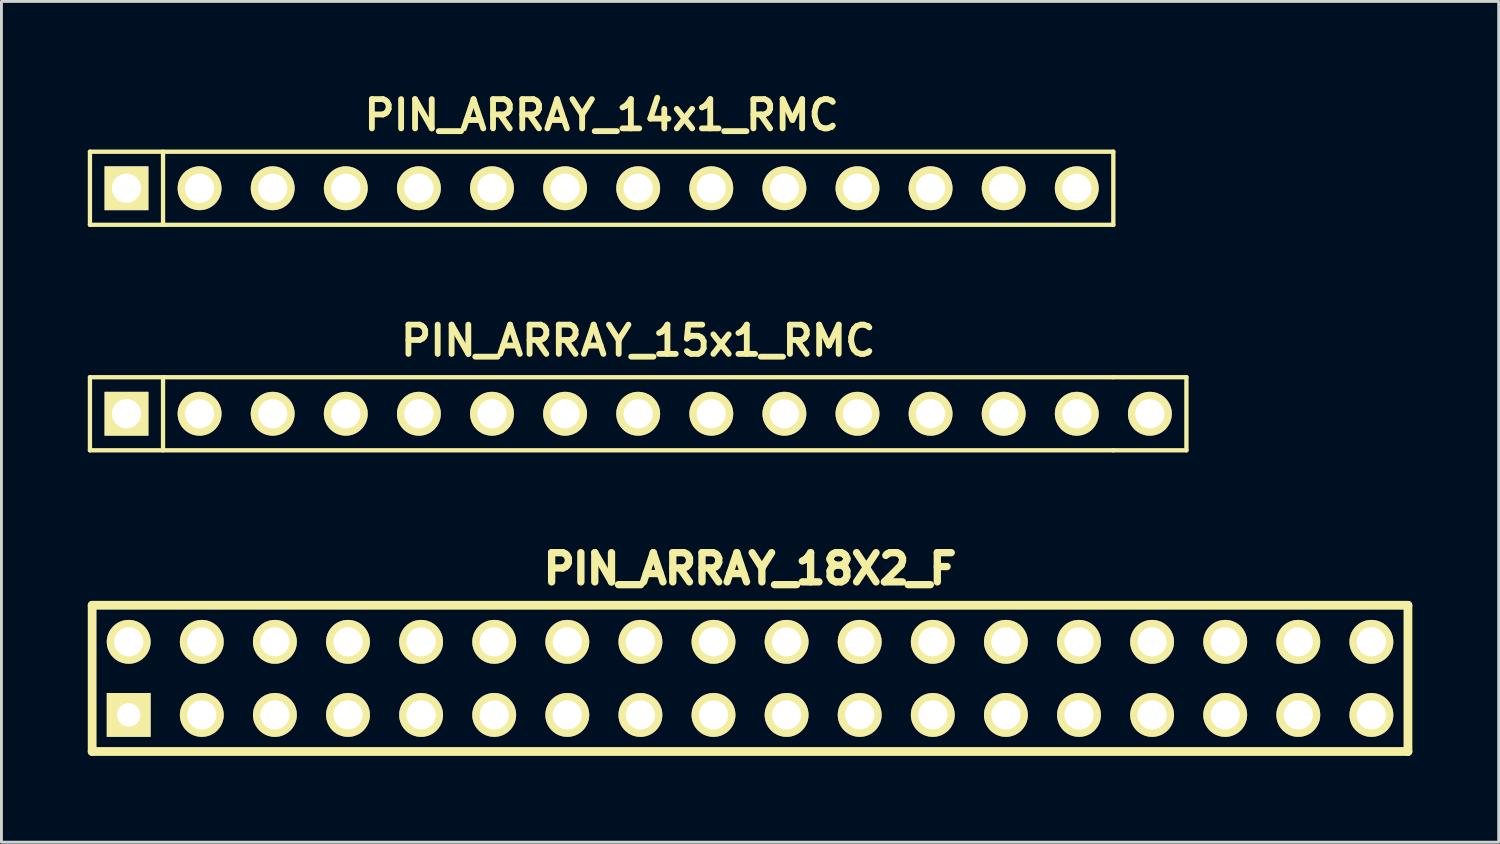
<source format=kicad_pcb>
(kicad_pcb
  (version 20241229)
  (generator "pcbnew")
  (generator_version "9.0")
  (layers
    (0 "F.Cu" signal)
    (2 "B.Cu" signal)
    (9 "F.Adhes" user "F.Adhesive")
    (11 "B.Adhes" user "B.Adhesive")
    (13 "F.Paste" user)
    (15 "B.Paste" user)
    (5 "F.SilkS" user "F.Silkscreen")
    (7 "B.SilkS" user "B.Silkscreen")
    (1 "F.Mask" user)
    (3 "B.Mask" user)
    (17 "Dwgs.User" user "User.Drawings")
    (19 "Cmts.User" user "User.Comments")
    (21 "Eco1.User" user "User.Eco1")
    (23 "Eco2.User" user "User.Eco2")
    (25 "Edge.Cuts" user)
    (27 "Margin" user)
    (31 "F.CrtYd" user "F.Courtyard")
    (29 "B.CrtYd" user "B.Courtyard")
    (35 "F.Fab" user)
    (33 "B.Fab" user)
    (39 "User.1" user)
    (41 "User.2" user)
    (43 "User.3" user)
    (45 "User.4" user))
  (footprint "PIN_ARRAY_15x1_RMC"
    (layer "F.Cu")
    (at 19.125 11.327)
    (property "Reference" "PIN_ARRAY_15x1_RMC" (at 0 -2.54 0) (layer "F.SilkS") (effects (font (size 1.016 1.016) (thickness 0.203))))
    (attr through_hole)
    (fp_line (start -19.05 -1.27) (end -19.05 1.27) (stroke (width 0.15) (type solid)) (layer "F.SilkS"))
    (fp_line (start -19.05 1.27) (end 16.51 1.27) (stroke (width 0.15) (type solid)) (layer "F.SilkS"))
    (fp_line (start -16.51 -1.27) (end -16.51 1.27) (stroke (width 0.15) (type solid)) (layer "F.SilkS"))
    (fp_line (start 16.51 -1.27) (end -19.05 -1.27) (stroke (width 0.15) (type solid)) (layer "F.SilkS"))
    (fp_line (start 16.51 1.27) (end 19.05 1.27) (stroke (width 0.15) (type solid)) (layer "F.SilkS"))
    (fp_line (start 19.05 -1.27) (end 16.51 -1.27) (stroke (width 0.15) (type solid)) (layer "F.SilkS"))
    (fp_line (start 19.05 1.27) (end 19.05 -1.27) (stroke (width 0.15) (type solid)) (layer "F.SilkS"))
    (pad "1" thru_hole rect (at -17.78 0) (size 1.524 1.524) (drill 1.016) (layers "*.Cu" "*.Mask" "F.SilkS"))
    (pad "2" thru_hole circle (at -15.24 0) (size 1.524 1.524) (drill 1.016) (layers "*.Cu" "*.Mask" "F.SilkS"))
    (pad "3" thru_hole circle (at -12.7 0) (size 1.524 1.524) (drill 1.016) (layers "*.Cu" "*.Mask" "F.SilkS"))
    (pad "4" thru_hole circle (at -10.16 0) (size 1.524 1.524) (drill 1.016) (layers "*.Cu" "*.Mask" "F.SilkS"))
    (pad "5" thru_hole circle (at -7.62 0) (size 1.524 1.524) (drill 1.016) (layers "*.Cu" "*.Mask" "F.SilkS"))
    (pad "6" thru_hole circle (at -5.08 0) (size 1.524 1.524) (drill 1.016) (layers "*.Cu" "*.Mask" "F.SilkS"))
    (pad "7" thru_hole circle (at -2.54 0) (size 1.524 1.524) (drill 1.016) (layers "*.Cu" "*.Mask" "F.SilkS"))
    (pad "8" thru_hole circle (at 0 0) (size 1.524 1.524) (drill 1.016) (layers "*.Cu" "*.Mask" "F.SilkS"))
    (pad "9" thru_hole circle (at 2.54 0) (size 1.524 1.524) (drill 1.016) (layers "*.Cu" "*.Mask" "F.SilkS"))
    (pad "10" thru_hole circle (at 5.08 0) (size 1.524 1.524) (drill 1.016) (layers "*.Cu" "*.Mask" "F.SilkS"))
    (pad "11" thru_hole circle (at 7.62 0) (size 1.524 1.524) (drill 1.016) (layers "*.Cu" "*.Mask" "F.SilkS"))
    (pad "12" thru_hole circle (at 10.16 0) (size 1.524 1.524) (drill 1.016) (layers "*.Cu" "*.Mask" "F.SilkS"))
    (pad "13" thru_hole circle (at 12.7 0) (size 1.524 1.524) (drill 1.016) (layers "*.Cu" "*.Mask" "F.SilkS"))
    (pad "14" thru_hole circle (at 15.24 0) (size 1.524 1.524) (drill 1.016) (layers "*.Cu" "*.Mask" "F.SilkS"))
    (pad "15" thru_hole circle (at 17.78 0) (size 1.524 1.524) (drill 1.016) (layers "*.Cu" "*.Mask" "F.SilkS")))
  (footprint "PIN_ARRAY_14x1_RMC"
    (layer "F.Cu")
    (at 17.855 3.491)
    (property "Reference" "PIN_ARRAY_14x1_RMC" (at 0 -2.54 0) (layer "F.SilkS") (effects (font (size 1.016 1.016) (thickness 0.203))))
    (attr through_hole)
    (fp_line (start -17.78 -1.27) (end -17.78 1.27) (stroke (width 0.15) (type solid)) (layer "F.SilkS"))
    (fp_line (start -17.78 1.27) (end 17.78 1.27) (stroke (width 0.15) (type solid)) (layer "F.SilkS"))
    (fp_line (start -15.24 -1.27) (end -15.24 1.27) (stroke (width 0.15) (type solid)) (layer "F.SilkS"))
    (fp_line (start 17.78 -1.27) (end -17.78 -1.27) (stroke (width 0.15) (type solid)) (layer "F.SilkS"))
    (fp_line (start 17.78 -1.27) (end 17.78 1.27) (stroke (width 0.15) (type solid)) (layer "F.SilkS"))
    (pad "1" thru_hole rect (at -16.51 0) (size 1.524 1.524) (drill 1.016) (layers "*.Cu" "*.Mask" "F.SilkS"))
    (pad "2" thru_hole circle (at -13.97 0) (size 1.524 1.524) (drill 1.016) (layers "*.Cu" "*.Mask" "F.SilkS"))
    (pad "3" thru_hole circle (at -11.43 0) (size 1.524 1.524) (drill 1.016) (layers "*.Cu" "*.Mask" "F.SilkS"))
    (pad "4" thru_hole circle (at -8.89 0) (size 1.524 1.524) (drill 1.016) (layers "*.Cu" "*.Mask" "F.SilkS"))
    (pad "5" thru_hole circle (at -6.35 0) (size 1.524 1.524) (drill 1.016) (layers "*.Cu" "*.Mask" "F.SilkS"))
    (pad "6" thru_hole circle (at -3.81 0) (size 1.524 1.524) (drill 1.016) (layers "*.Cu" "*.Mask" "F.SilkS"))
    (pad "7" thru_hole circle (at -1.27 0) (size 1.524 1.524) (drill 1.016) (layers "*.Cu" "*.Mask" "F.SilkS"))
    (pad "8" thru_hole circle (at 1.27 0) (size 1.524 1.524) (drill 1.016) (layers "*.Cu" "*.Mask" "F.SilkS"))
    (pad "9" thru_hole circle (at 3.81 0) (size 1.524 1.524) (drill 1.016) (layers "*.Cu" "*.Mask" "F.SilkS"))
    (pad "10" thru_hole circle (at 6.35 0) (size 1.524 1.524) (drill 1.016) (layers "*.Cu" "*.Mask" "F.SilkS"))
    (pad "11" thru_hole circle (at 8.89 0) (size 1.524 1.524) (drill 1.016) (layers "*.Cu" "*.Mask" "F.SilkS"))
    (pad "12" thru_hole circle (at 11.43 0) (size 1.524 1.524) (drill 1.016) (layers "*.Cu" "*.Mask" "F.SilkS"))
    (pad "13" thru_hole circle (at 13.97 0) (size 1.524 1.524) (drill 1.016) (layers "*.Cu" "*.Mask" "F.SilkS"))
    (pad "14" thru_hole circle (at 16.51 0) (size 1.524 1.524) (drill 1.016) (layers "*.Cu" "*.Mask" "F.SilkS")))
  (footprint "PIN_ARRAY_18X2_F"
    (layer "F.Cu")
    (at 23.012 20.522)
    (property "Reference" "PIN_ARRAY_18X2_F" (at 0 -3.81 0) (layer "F.SilkS") (effects (font (size 1.016 1.016) (thickness 0.254))))
    (attr through_hole)
    (fp_line (start -22.86 -2.54) (end -22.86 2.54) (stroke (width 0.305) (type solid)) (layer "F.SilkS"))
    (fp_line (start -22.86 -2.54) (end 22.86 -2.54) (stroke (width 0.305) (type solid)) (layer "F.SilkS"))
    (fp_line (start 22.86 -2.54) (end 22.86 2.54) (stroke (width 0.305) (type solid)) (layer "F.SilkS"))
    (fp_line (start 22.86 2.54) (end -22.86 2.54) (stroke (width 0.305) (type solid)) (layer "F.SilkS"))
    (pad "1" thru_hole rect (at -21.59 1.27) (size 1.524 1.524) (drill 0.813) (layers "*.Cu" "*.Mask" "F.SilkS"))
    (pad "2" thru_hole circle (at -21.59 -1.27) (size 1.524 1.524) (drill 1.016) (layers "*.Cu" "*.Mask" "F.SilkS"))
    (pad "3" thru_hole circle (at -19.05 1.27) (size 1.524 1.524) (drill 1.016) (layers "*.Cu" "*.Mask" "F.SilkS"))
    (pad "4" thru_hole circle (at -19.05 -1.27) (size 1.524 1.524) (drill 1.016) (layers "*.Cu" "*.Mask" "F.SilkS"))
    (pad "5" thru_hole circle (at -16.51 1.27) (size 1.524 1.524) (drill 1.016) (layers "*.Cu" "*.Mask" "F.SilkS"))
    (pad "6" thru_hole circle (at -16.51 -1.27) (size 1.524 1.524) (drill 1.016) (layers "*.Cu" "*.Mask" "F.SilkS"))
    (pad "7" thru_hole circle (at -13.97 1.27) (size 1.524 1.524) (drill 1.016) (layers "*.Cu" "*.Mask" "F.SilkS"))
    (pad "8" thru_hole circle (at -13.97 -1.27) (size 1.524 1.524) (drill 1.016) (layers "*.Cu" "*.Mask" "F.SilkS"))
    (pad "9" thru_hole circle (at -11.43 1.27) (size 1.524 1.524) (drill 1.016) (layers "*.Cu" "*.Mask" "F.SilkS"))
    (pad "10" thru_hole circle (at -11.43 -1.27) (size 1.524 1.524) (drill 1.016) (layers "*.Cu" "*.Mask" "F.SilkS"))
    (pad "11" thru_hole circle (at -8.89 1.27) (size 1.524 1.524) (drill 1.016) (layers "*.Cu" "*.Mask" "F.SilkS"))
    (pad "12" thru_hole circle (at -8.89 -1.27) (size 1.524 1.524) (drill 1.016) (layers "*.Cu" "*.Mask" "F.SilkS"))
    (pad "13" thru_hole circle (at -6.35 1.27) (size 1.524 1.524) (drill 1.016) (layers "*.Cu" "*.Mask" "F.SilkS"))
    (pad "14" thru_hole circle (at -6.35 -1.27) (size 1.524 1.524) (drill 1.016) (layers "*.Cu" "*.Mask" "F.SilkS"))
    (pad "15" thru_hole circle (at -3.81 1.27) (size 1.524 1.524) (drill 1.016) (layers "*.Cu" "*.Mask" "F.SilkS"))
    (pad "16" thru_hole circle (at -3.81 -1.27) (size 1.524 1.524) (drill 1.016) (layers "*.Cu" "*.Mask" "F.SilkS"))
    (pad "17" thru_hole circle (at -1.27 1.27) (size 1.524 1.524) (drill 1.016) (layers "*.Cu" "*.Mask" "F.SilkS"))
    (pad "18" thru_hole circle (at -1.27 -1.27) (size 1.524 1.524) (drill 1.016) (layers "*.Cu" "*.Mask" "F.SilkS"))
    (pad "19" thru_hole circle (at 1.27 1.27) (size 1.524 1.524) (drill 1.016) (layers "*.Cu" "*.Mask" "F.SilkS"))
    (pad "20" thru_hole circle (at 1.27 -1.27) (size 1.524 1.524) (drill 1.016) (layers "*.Cu" "*.Mask" "F.SilkS"))
    (pad "21" thru_hole circle (at 3.81 1.27) (size 1.524 1.524) (drill 1.016) (layers "*.Cu" "*.Mask" "F.SilkS"))
    (pad "22" thru_hole circle (at 3.81 -1.27) (size 1.524 1.524) (drill 1.016) (layers "*.Cu" "*.Mask" "F.SilkS"))
    (pad "23" thru_hole circle (at 6.35 1.27) (size 1.524 1.524) (drill 1.016) (layers "*.Cu" "*.Mask" "F.SilkS"))
    (pad "24" thru_hole circle (at 6.35 -1.27) (size 1.524 1.524) (drill 1.016) (layers "*.Cu" "*.Mask" "F.SilkS"))
    (pad "25" thru_hole circle (at 8.89 1.27) (size 1.524 1.524) (drill 1.016) (layers "*.Cu" "*.Mask" "F.SilkS"))
    (pad "26" thru_hole circle (at 8.89 -1.27) (size 1.524 1.524) (drill 1.016) (layers "*.Cu" "*.Mask" "F.SilkS"))
    (pad "27" thru_hole circle (at 11.43 1.27) (size 1.524 1.524) (drill 1.016) (layers "*.Cu" "*.Mask" "F.SilkS"))
    (pad "28" thru_hole circle (at 11.43 -1.27) (size 1.524 1.524) (drill 1.016) (layers "*.Cu" "*.Mask" "F.SilkS"))
    (pad "29" thru_hole circle (at 13.97 1.27) (size 1.524 1.524) (drill 1.016) (layers "*.Cu" "*.Mask" "F.SilkS"))
    (pad "30" thru_hole circle (at 13.97 -1.27) (size 1.524 1.524) (drill 1.016) (layers "*.Cu" "*.Mask" "F.SilkS"))
    (pad "31" thru_hole circle (at 16.51 1.27) (size 1.524 1.524) (drill 1.016) (layers "*.Cu" "*.Mask" "F.SilkS"))
    (pad "32" thru_hole circle (at 16.51 -1.27) (size 1.524 1.524) (drill 1.016) (layers "*.Cu" "*.Mask" "F.SilkS"))
    (pad "33" thru_hole circle (at 19.05 1.27) (size 1.524 1.524) (drill 1.016) (layers "*.Cu" "*.Mask" "F.SilkS"))
    (pad "34" thru_hole circle (at 19.05 -1.27) (size 1.524 1.524) (drill 1.016) (layers "*.Cu" "*.Mask" "F.SilkS"))
    (pad "35" thru_hole circle (at 21.59 1.27) (size 1.524 1.524) (drill 1.016) (layers "*.Cu" "*.Mask" "F.SilkS"))
    (pad "36" thru_hole circle (at 21.59 -1.27) (size 1.524 1.524) (drill 1.016) (layers "*.Cu" "*.Mask" "F.SilkS")))
  (gr_rect
    (start -3 -3)
    (end 49.025 26.214)
    (stroke (width 0.1) (type default))
    (fill no)
    (layer "Edge.Cuts")))
</source>
